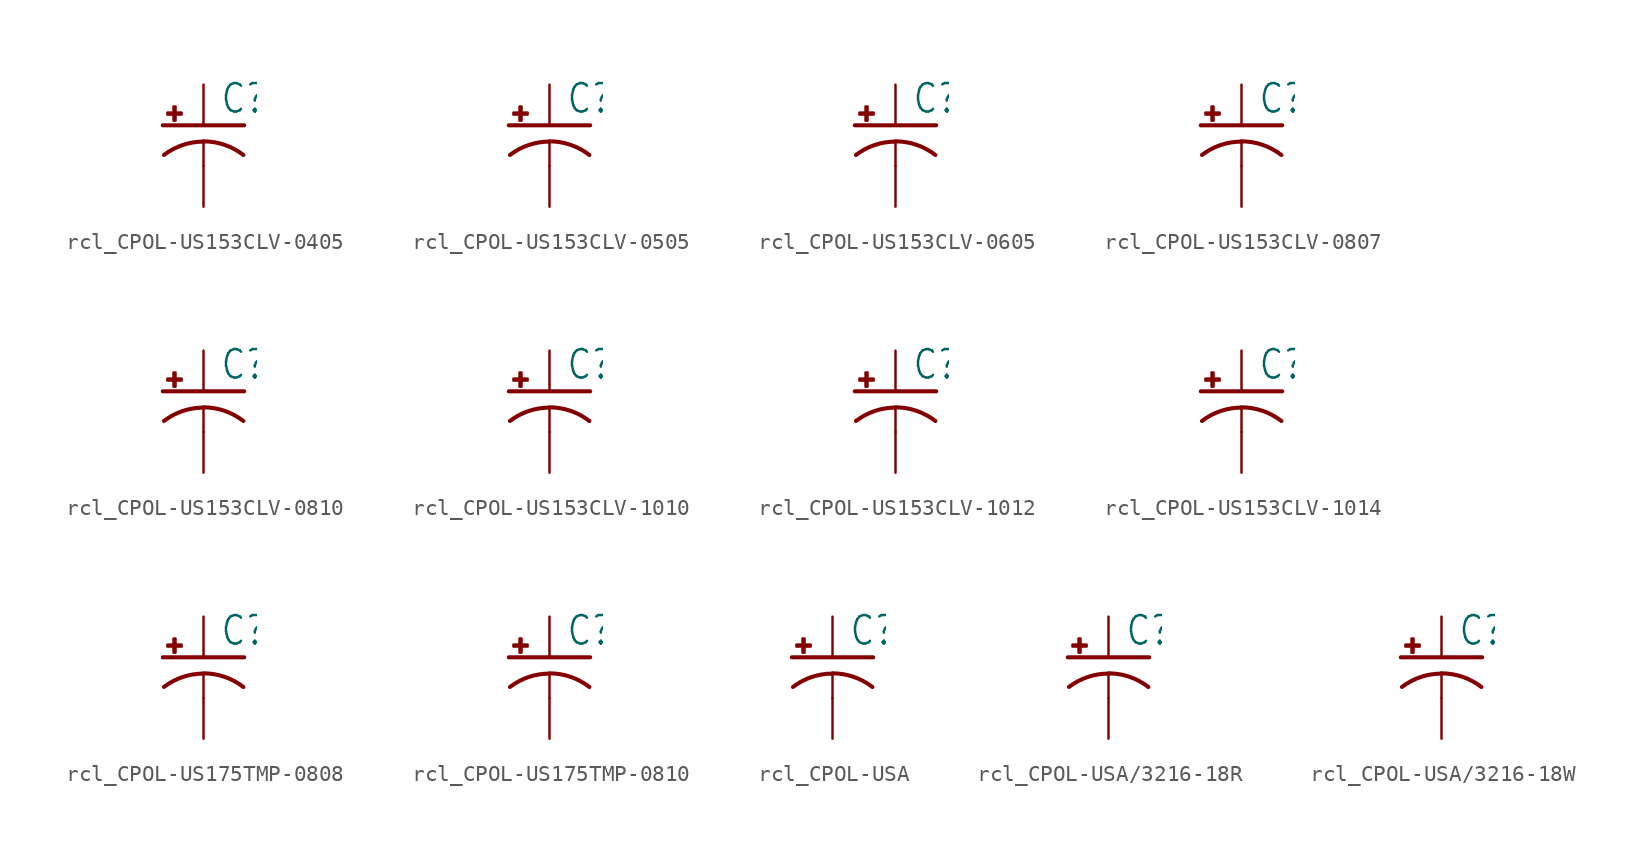
<source format=kicad_sym>
(kicad_symbol_lib
  (version 20220914)
  (generator kicad_symbol_editor)
  (symbol "rcl_CPOL-US153CLV-0405"
    (property "Reference" "C"
      (at 1.016 0.635 0)
      (effects (font (size 1.778 1.511)) (justify left bottom)))
    (property "Value" ""
      (at 1.016 -4.191 0)
      (effects (font (size 1.778 1.511)) (justify left bottom)))
    (property "ki_locked" ""
      (at 0 0 0)
      (effects (font (size 1.27 1.27))))
    (symbol "rcl_CPOL-US153CLV-0405_1_0"
      (rectangle (start -2.253 0.668) (end -1.364 0.795) (stroke (width 0) (type default)) (fill (type outline)))
      (rectangle (start -1.872 0.287) (end -1.745 1.176) (stroke (width 0) (type default)) (fill (type outline)))
      (arc (start 0 -1.0161) (mid -1.3021 -1.2303) (end -2.4669 -1.8504) (stroke (width 0.254) (type solid)) (fill (type none)))
      (polyline (pts (xy -2.54 0) (xy 2.54 0)) (stroke (width 0.254) (type solid)) (fill (type none)))
      (polyline (pts (xy 0 -1.016) (xy 0 -2.54)) (stroke (width 0.152) (type solid)) (fill (type none)))
      (arc (start 2.4892 -1.8541) (mid 1.3158 -1.2194) (end 0 -1) (stroke (width 0.254) (type solid)) (fill (type none)))
      (pin passive line (at 0 2.54 270) (length 2.54) (name "+" (effects (font (size 0 0)))) (number "+" (effects (font (size 0 0)))))
      (pin passive line (at 0 -5.08 90) (length 2.54) (name "-" (effects (font (size 0 0)))) (number "-" (effects (font (size 0 0)))))))
  (symbol "rcl_CPOL-US153CLV-0505"
    (property "Reference" "C"
      (at 1.016 0.635 0)
      (effects (font (size 1.778 1.511)) (justify left bottom)))
    (property "Value" ""
      (at 1.016 -4.191 0)
      (effects (font (size 1.778 1.511)) (justify left bottom)))
    (property "ki_locked" ""
      (at 0 0 0)
      (effects (font (size 1.27 1.27))))
    (symbol "rcl_CPOL-US153CLV-0505_1_0"
      (rectangle (start -2.253 0.668) (end -1.364 0.795) (stroke (width 0) (type default)) (fill (type outline)))
      (rectangle (start -1.872 0.287) (end -1.745 1.176) (stroke (width 0) (type default)) (fill (type outline)))
      (arc (start 0 -1.0161) (mid -1.3021 -1.2303) (end -2.4669 -1.8504) (stroke (width 0.254) (type solid)) (fill (type none)))
      (polyline (pts (xy -2.54 0) (xy 2.54 0)) (stroke (width 0.254) (type solid)) (fill (type none)))
      (polyline (pts (xy 0 -1.016) (xy 0 -2.54)) (stroke (width 0.152) (type solid)) (fill (type none)))
      (arc (start 2.4892 -1.8541) (mid 1.3158 -1.2194) (end 0 -1) (stroke (width 0.254) (type solid)) (fill (type none)))
      (pin passive line (at 0 2.54 270) (length 2.54) (name "+" (effects (font (size 0 0)))) (number "+" (effects (font (size 0 0)))))
      (pin passive line (at 0 -5.08 90) (length 2.54) (name "-" (effects (font (size 0 0)))) (number "-" (effects (font (size 0 0)))))))
  (symbol "rcl_CPOL-US153CLV-0605"
    (property "Reference" "C"
      (at 1.016 0.635 0)
      (effects (font (size 1.778 1.511)) (justify left bottom)))
    (property "Value" ""
      (at 1.016 -4.191 0)
      (effects (font (size 1.778 1.511)) (justify left bottom)))
    (property "ki_locked" ""
      (at 0 0 0)
      (effects (font (size 1.27 1.27))))
    (symbol "rcl_CPOL-US153CLV-0605_1_0"
      (rectangle (start -2.253 0.668) (end -1.364 0.795) (stroke (width 0) (type default)) (fill (type outline)))
      (rectangle (start -1.872 0.287) (end -1.745 1.176) (stroke (width 0) (type default)) (fill (type outline)))
      (arc (start 0 -1.0161) (mid -1.3021 -1.2303) (end -2.4669 -1.8504) (stroke (width 0.254) (type solid)) (fill (type none)))
      (polyline (pts (xy -2.54 0) (xy 2.54 0)) (stroke (width 0.254) (type solid)) (fill (type none)))
      (polyline (pts (xy 0 -1.016) (xy 0 -2.54)) (stroke (width 0.152) (type solid)) (fill (type none)))
      (arc (start 2.4892 -1.8541) (mid 1.3158 -1.2194) (end 0 -1) (stroke (width 0.254) (type solid)) (fill (type none)))
      (pin passive line (at 0 2.54 270) (length 2.54) (name "+" (effects (font (size 0 0)))) (number "+" (effects (font (size 0 0)))))
      (pin passive line (at 0 -5.08 90) (length 2.54) (name "-" (effects (font (size 0 0)))) (number "-" (effects (font (size 0 0)))))))
  (symbol "rcl_CPOL-US153CLV-0807"
    (property "Reference" "C"
      (at 1.016 0.635 0)
      (effects (font (size 1.778 1.511)) (justify left bottom)))
    (property "Value" ""
      (at 1.016 -4.191 0)
      (effects (font (size 1.778 1.511)) (justify left bottom)))
    (property "ki_locked" ""
      (at 0 0 0)
      (effects (font (size 1.27 1.27))))
    (symbol "rcl_CPOL-US153CLV-0807_1_0"
      (rectangle (start -2.253 0.668) (end -1.364 0.795) (stroke (width 0) (type default)) (fill (type outline)))
      (rectangle (start -1.872 0.287) (end -1.745 1.176) (stroke (width 0) (type default)) (fill (type outline)))
      (arc (start 0 -1.0161) (mid -1.3021 -1.2303) (end -2.4669 -1.8504) (stroke (width 0.254) (type solid)) (fill (type none)))
      (polyline (pts (xy -2.54 0) (xy 2.54 0)) (stroke (width 0.254) (type solid)) (fill (type none)))
      (polyline (pts (xy 0 -1.016) (xy 0 -2.54)) (stroke (width 0.152) (type solid)) (fill (type none)))
      (arc (start 2.4892 -1.8541) (mid 1.3158 -1.2194) (end 0 -1) (stroke (width 0.254) (type solid)) (fill (type none)))
      (pin passive line (at 0 2.54 270) (length 2.54) (name "+" (effects (font (size 0 0)))) (number "+" (effects (font (size 0 0)))))
      (pin passive line (at 0 -5.08 90) (length 2.54) (name "-" (effects (font (size 0 0)))) (number "-" (effects (font (size 0 0)))))))
  (symbol "rcl_CPOL-US153CLV-0810"
    (property "Reference" "C"
      (at 1.016 0.635 0)
      (effects (font (size 1.778 1.511)) (justify left bottom)))
    (property "Value" ""
      (at 1.016 -4.191 0)
      (effects (font (size 1.778 1.511)) (justify left bottom)))
    (property "ki_locked" ""
      (at 0 0 0)
      (effects (font (size 1.27 1.27))))
    (symbol "rcl_CPOL-US153CLV-0810_1_0"
      (rectangle (start -2.253 0.668) (end -1.364 0.795) (stroke (width 0) (type default)) (fill (type outline)))
      (rectangle (start -1.872 0.287) (end -1.745 1.176) (stroke (width 0) (type default)) (fill (type outline)))
      (arc (start 0 -1.0161) (mid -1.3021 -1.2303) (end -2.4669 -1.8504) (stroke (width 0.254) (type solid)) (fill (type none)))
      (polyline (pts (xy -2.54 0) (xy 2.54 0)) (stroke (width 0.254) (type solid)) (fill (type none)))
      (polyline (pts (xy 0 -1.016) (xy 0 -2.54)) (stroke (width 0.152) (type solid)) (fill (type none)))
      (arc (start 2.4892 -1.8541) (mid 1.3158 -1.2194) (end 0 -1) (stroke (width 0.254) (type solid)) (fill (type none)))
      (pin passive line (at 0 2.54 270) (length 2.54) (name "+" (effects (font (size 0 0)))) (number "+" (effects (font (size 0 0)))))
      (pin passive line (at 0 -5.08 90) (length 2.54) (name "-" (effects (font (size 0 0)))) (number "-" (effects (font (size 0 0)))))))
  (symbol "rcl_CPOL-US153CLV-1010"
    (property "Reference" "C"
      (at 1.016 0.635 0)
      (effects (font (size 1.778 1.511)) (justify left bottom)))
    (property "Value" ""
      (at 1.016 -4.191 0)
      (effects (font (size 1.778 1.511)) (justify left bottom)))
    (property "ki_locked" ""
      (at 0 0 0)
      (effects (font (size 1.27 1.27))))
    (symbol "rcl_CPOL-US153CLV-1010_1_0"
      (rectangle (start -2.253 0.668) (end -1.364 0.795) (stroke (width 0) (type default)) (fill (type outline)))
      (rectangle (start -1.872 0.287) (end -1.745 1.176) (stroke (width 0) (type default)) (fill (type outline)))
      (arc (start 0 -1.0161) (mid -1.3021 -1.2303) (end -2.4669 -1.8504) (stroke (width 0.254) (type solid)) (fill (type none)))
      (polyline (pts (xy -2.54 0) (xy 2.54 0)) (stroke (width 0.254) (type solid)) (fill (type none)))
      (polyline (pts (xy 0 -1.016) (xy 0 -2.54)) (stroke (width 0.152) (type solid)) (fill (type none)))
      (arc (start 2.4892 -1.8541) (mid 1.3158 -1.2194) (end 0 -1) (stroke (width 0.254) (type solid)) (fill (type none)))
      (pin passive line (at 0 2.54 270) (length 2.54) (name "+" (effects (font (size 0 0)))) (number "+" (effects (font (size 0 0)))))
      (pin passive line (at 0 -5.08 90) (length 2.54) (name "-" (effects (font (size 0 0)))) (number "-" (effects (font (size 0 0)))))))
  (symbol "rcl_CPOL-US153CLV-1012"
    (property "Reference" "C"
      (at 1.016 0.635 0)
      (effects (font (size 1.778 1.511)) (justify left bottom)))
    (property "Value" ""
      (at 1.016 -4.191 0)
      (effects (font (size 1.778 1.511)) (justify left bottom)))
    (property "ki_locked" ""
      (at 0 0 0)
      (effects (font (size 1.27 1.27))))
    (symbol "rcl_CPOL-US153CLV-1012_1_0"
      (rectangle (start -2.253 0.668) (end -1.364 0.795) (stroke (width 0) (type default)) (fill (type outline)))
      (rectangle (start -1.872 0.287) (end -1.745 1.176) (stroke (width 0) (type default)) (fill (type outline)))
      (arc (start 0 -1.0161) (mid -1.3021 -1.2303) (end -2.4669 -1.8504) (stroke (width 0.254) (type solid)) (fill (type none)))
      (polyline (pts (xy -2.54 0) (xy 2.54 0)) (stroke (width 0.254) (type solid)) (fill (type none)))
      (polyline (pts (xy 0 -1.016) (xy 0 -2.54)) (stroke (width 0.152) (type solid)) (fill (type none)))
      (arc (start 2.4892 -1.8541) (mid 1.3158 -1.2194) (end 0 -1) (stroke (width 0.254) (type solid)) (fill (type none)))
      (pin passive line (at 0 2.54 270) (length 2.54) (name "+" (effects (font (size 0 0)))) (number "+" (effects (font (size 0 0)))))
      (pin passive line (at 0 -5.08 90) (length 2.54) (name "-" (effects (font (size 0 0)))) (number "-" (effects (font (size 0 0)))))))
  (symbol "rcl_CPOL-US153CLV-1014"
    (property "Reference" "C"
      (at 1.016 0.635 0)
      (effects (font (size 1.778 1.511)) (justify left bottom)))
    (property "Value" ""
      (at 1.016 -4.191 0)
      (effects (font (size 1.778 1.511)) (justify left bottom)))
    (property "ki_locked" ""
      (at 0 0 0)
      (effects (font (size 1.27 1.27))))
    (symbol "rcl_CPOL-US153CLV-1014_1_0"
      (rectangle (start -2.253 0.668) (end -1.364 0.795) (stroke (width 0) (type default)) (fill (type outline)))
      (rectangle (start -1.872 0.287) (end -1.745 1.176) (stroke (width 0) (type default)) (fill (type outline)))
      (arc (start 0 -1.0161) (mid -1.3021 -1.2303) (end -2.4669 -1.8504) (stroke (width 0.254) (type solid)) (fill (type none)))
      (polyline (pts (xy -2.54 0) (xy 2.54 0)) (stroke (width 0.254) (type solid)) (fill (type none)))
      (polyline (pts (xy 0 -1.016) (xy 0 -2.54)) (stroke (width 0.152) (type solid)) (fill (type none)))
      (arc (start 2.4892 -1.8541) (mid 1.3158 -1.2194) (end 0 -1) (stroke (width 0.254) (type solid)) (fill (type none)))
      (pin passive line (at 0 2.54 270) (length 2.54) (name "+" (effects (font (size 0 0)))) (number "+" (effects (font (size 0 0)))))
      (pin passive line (at 0 -5.08 90) (length 2.54) (name "-" (effects (font (size 0 0)))) (number "-" (effects (font (size 0 0)))))))
  (symbol "rcl_CPOL-US175TMP-0808"
    (property "Reference" "C"
      (at 1.016 0.635 0)
      (effects (font (size 1.778 1.511)) (justify left bottom)))
    (property "Value" ""
      (at 1.016 -4.191 0)
      (effects (font (size 1.778 1.511)) (justify left bottom)))
    (property "ki_locked" ""
      (at 0 0 0)
      (effects (font (size 1.27 1.27))))
    (symbol "rcl_CPOL-US175TMP-0808_1_0"
      (rectangle (start -2.253 0.668) (end -1.364 0.795) (stroke (width 0) (type default)) (fill (type outline)))
      (rectangle (start -1.872 0.287) (end -1.745 1.176) (stroke (width 0) (type default)) (fill (type outline)))
      (arc (start 0 -1.0161) (mid -1.3021 -1.2303) (end -2.4669 -1.8504) (stroke (width 0.254) (type solid)) (fill (type none)))
      (polyline (pts (xy -2.54 0) (xy 2.54 0)) (stroke (width 0.254) (type solid)) (fill (type none)))
      (polyline (pts (xy 0 -1.016) (xy 0 -2.54)) (stroke (width 0.152) (type solid)) (fill (type none)))
      (arc (start 2.4892 -1.8541) (mid 1.3158 -1.2194) (end 0 -1) (stroke (width 0.254) (type solid)) (fill (type none)))
      (pin passive line (at 0 2.54 270) (length 2.54) (name "+" (effects (font (size 0 0)))) (number "+" (effects (font (size 0 0)))))
      (pin passive line (at 0 -5.08 90) (length 2.54) (name "-" (effects (font (size 0 0)))) (number "-" (effects (font (size 0 0)))))))
  (symbol "rcl_CPOL-US175TMP-0810"
    (property "Reference" "C"
      (at 1.016 0.635 0)
      (effects (font (size 1.778 1.511)) (justify left bottom)))
    (property "Value" ""
      (at 1.016 -4.191 0)
      (effects (font (size 1.778 1.511)) (justify left bottom)))
    (property "ki_locked" ""
      (at 0 0 0)
      (effects (font (size 1.27 1.27))))
    (symbol "rcl_CPOL-US175TMP-0810_1_0"
      (rectangle (start -2.253 0.668) (end -1.364 0.795) (stroke (width 0) (type default)) (fill (type outline)))
      (rectangle (start -1.872 0.287) (end -1.745 1.176) (stroke (width 0) (type default)) (fill (type outline)))
      (arc (start 0 -1.0161) (mid -1.3021 -1.2303) (end -2.4669 -1.8504) (stroke (width 0.254) (type solid)) (fill (type none)))
      (polyline (pts (xy -2.54 0) (xy 2.54 0)) (stroke (width 0.254) (type solid)) (fill (type none)))
      (polyline (pts (xy 0 -1.016) (xy 0 -2.54)) (stroke (width 0.152) (type solid)) (fill (type none)))
      (arc (start 2.4892 -1.8541) (mid 1.3158 -1.2194) (end 0 -1) (stroke (width 0.254) (type solid)) (fill (type none)))
      (pin passive line (at 0 2.54 270) (length 2.54) (name "+" (effects (font (size 0 0)))) (number "+" (effects (font (size 0 0)))))
      (pin passive line (at 0 -5.08 90) (length 2.54) (name "-" (effects (font (size 0 0)))) (number "-" (effects (font (size 0 0)))))))
  (symbol "rcl_CPOL-USA"
    (property "Reference" "C"
      (at 1.016 0.635 0)
      (effects (font (size 1.778 1.511)) (justify left bottom)))
    (property "Value" ""
      (at 1.016 -4.191 0)
      (effects (font (size 1.778 1.511)) (justify left bottom)))
    (property "ki_locked" ""
      (at 0 0 0)
      (effects (font (size 1.27 1.27))))
    (symbol "rcl_CPOL-USA_1_0"
      (rectangle (start -2.253 0.668) (end -1.364 0.795) (stroke (width 0) (type default)) (fill (type outline)))
      (rectangle (start -1.872 0.287) (end -1.745 1.176) (stroke (width 0) (type default)) (fill (type outline)))
      (arc (start 0 -1.0161) (mid -1.3021 -1.2303) (end -2.4669 -1.8504) (stroke (width 0.254) (type solid)) (fill (type none)))
      (polyline (pts (xy -2.54 0) (xy 2.54 0)) (stroke (width 0.254) (type solid)) (fill (type none)))
      (polyline (pts (xy 0 -1.016) (xy 0 -2.54)) (stroke (width 0.152) (type solid)) (fill (type none)))
      (arc (start 2.4892 -1.8541) (mid 1.3158 -1.2194) (end 0 -1) (stroke (width 0.254) (type solid)) (fill (type none)))
      (pin passive line (at 0 2.54 270) (length 2.54) (name "+" (effects (font (size 0 0)))) (number "+" (effects (font (size 0 0)))))
      (pin passive line (at 0 -5.08 90) (length 2.54) (name "-" (effects (font (size 0 0)))) (number "-" (effects (font (size 0 0)))))))
  (symbol "rcl_CPOL-USA/3216-18R"
    (property "Reference" "C"
      (at 1.016 0.635 0)
      (effects (font (size 1.778 1.511)) (justify left bottom)))
    (property "Value" ""
      (at 1.016 -4.191 0)
      (effects (font (size 1.778 1.511)) (justify left bottom)))
    (property "ki_locked" ""
      (at 0 0 0)
      (effects (font (size 1.27 1.27))))
    (symbol "rcl_CPOL-USA/3216-18R_1_0"
      (rectangle (start -2.253 0.668) (end -1.364 0.795) (stroke (width 0) (type default)) (fill (type outline)))
      (rectangle (start -1.872 0.287) (end -1.745 1.176) (stroke (width 0) (type default)) (fill (type outline)))
      (arc (start 0 -1.0161) (mid -1.3021 -1.2303) (end -2.4669 -1.8504) (stroke (width 0.254) (type solid)) (fill (type none)))
      (polyline (pts (xy -2.54 0) (xy 2.54 0)) (stroke (width 0.254) (type solid)) (fill (type none)))
      (polyline (pts (xy 0 -1.016) (xy 0 -2.54)) (stroke (width 0.152) (type solid)) (fill (type none)))
      (arc (start 2.4892 -1.8541) (mid 1.3158 -1.2194) (end 0 -1) (stroke (width 0.254) (type solid)) (fill (type none)))
      (pin passive line (at 0 2.54 270) (length 2.54) (name "+" (effects (font (size 0 0)))) (number "+" (effects (font (size 0 0)))))
      (pin passive line (at 0 -5.08 90) (length 2.54) (name "-" (effects (font (size 0 0)))) (number "-" (effects (font (size 0 0)))))))
  (symbol "rcl_CPOL-USA/3216-18W"
    (property "Reference" "C"
      (at 1.016 0.635 0)
      (effects (font (size 1.778 1.511)) (justify left bottom)))
    (property "Value" ""
      (at 1.016 -4.191 0)
      (effects (font (size 1.778 1.511)) (justify left bottom)))
    (property "ki_locked" ""
      (at 0 0 0)
      (effects (font (size 1.27 1.27))))
    (symbol "rcl_CPOL-USA/3216-18W_1_0"
      (rectangle (start -2.253 0.668) (end -1.364 0.795) (stroke (width 0) (type default)) (fill (type outline)))
      (rectangle (start -1.872 0.287) (end -1.745 1.176) (stroke (width 0) (type default)) (fill (type outline)))
      (arc (start 0 -1.0161) (mid -1.3021 -1.2303) (end -2.4669 -1.8504) (stroke (width 0.254) (type solid)) (fill (type none)))
      (polyline (pts (xy -2.54 0) (xy 2.54 0)) (stroke (width 0.254) (type solid)) (fill (type none)))
      (polyline (pts (xy 0 -1.016) (xy 0 -2.54)) (stroke (width 0.152) (type solid)) (fill (type none)))
      (arc (start 2.4892 -1.8541) (mid 1.3158 -1.2194) (end 0 -1) (stroke (width 0.254) (type solid)) (fill (type none)))
      (pin passive line (at 0 2.54 270) (length 2.54) (name "+" (effects (font (size 0 0)))) (number "+" (effects (font (size 0 0)))))
      (pin passive line (at 0 -5.08 90) (length 2.54) (name "-" (effects (font (size 0 0)))) (number "-" (effects (font (size 0 0))))))))
</source>
